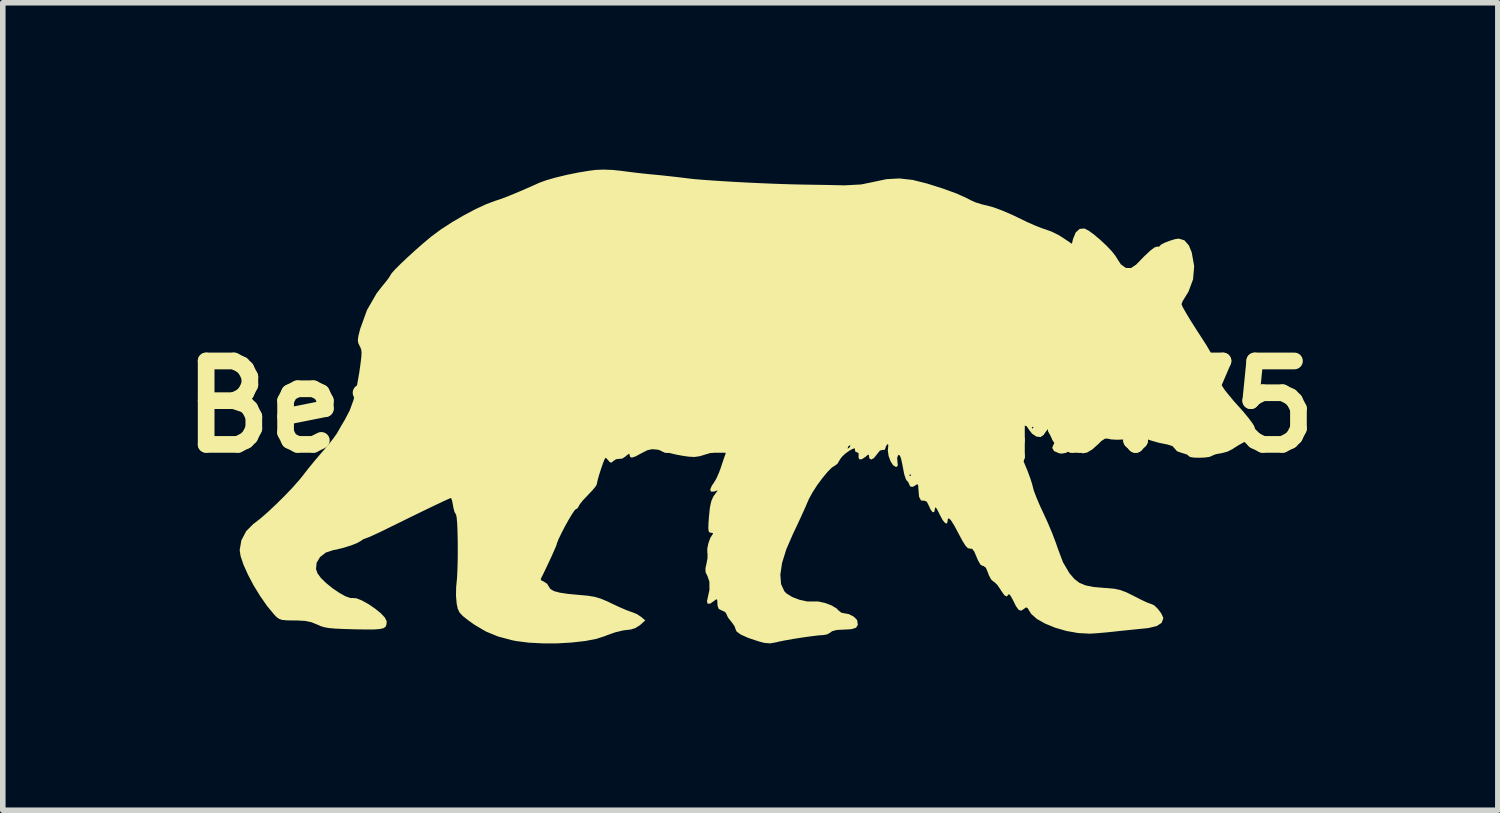
<source format=kicad_pcb>
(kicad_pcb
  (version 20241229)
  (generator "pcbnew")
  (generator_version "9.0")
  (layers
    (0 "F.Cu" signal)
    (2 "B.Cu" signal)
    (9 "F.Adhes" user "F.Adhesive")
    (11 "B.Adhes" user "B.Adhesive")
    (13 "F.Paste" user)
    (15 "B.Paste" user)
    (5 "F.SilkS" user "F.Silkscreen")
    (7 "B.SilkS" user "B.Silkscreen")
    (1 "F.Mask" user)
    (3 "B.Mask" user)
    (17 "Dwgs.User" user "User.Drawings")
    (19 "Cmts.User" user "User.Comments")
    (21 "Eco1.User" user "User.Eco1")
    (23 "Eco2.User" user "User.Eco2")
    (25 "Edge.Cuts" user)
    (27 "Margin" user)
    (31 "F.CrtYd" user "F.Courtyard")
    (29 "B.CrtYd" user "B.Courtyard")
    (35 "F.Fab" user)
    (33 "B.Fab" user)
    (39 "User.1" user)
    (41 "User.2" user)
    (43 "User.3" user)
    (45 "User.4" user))
  (footprint "BearMetalNeg0.75"
    (layer "F.Cu")
    (at 10.443 4.263)
    (property "Reference" "BearMetalNeg0.75" (at 0 0 0) (layer "F.SilkS") (effects (font (size 1.5 1.5) (thickness 0.3))))
    (attr board_only exclude_from_pos_files exclude_from_bom)
    (fp_poly (pts (xy -2.473 -4.257) (xy -2.332 -4.242) (xy -2.187 -4.223) (xy -2.007 -4.201) (xy -1.821 -4.181) (xy -1.742 -4.174) (xy -1.561 -4.156) (xy -1.371 -4.135) (xy -1.201 -4.115) (xy -1.14 -4.107) (xy -1.007 -4.092) (xy -0.82 -4.077) (xy -0.592 -4.061) (xy -0.334 -4.045) (xy -0.058 -4.03) (xy 0.223 -4.017) (xy 0.498 -4.006) (xy 0.754 -3.998) (xy 0.979 -3.993) (xy 0.986 -3.993) (xy 1.18 -3.99) (xy 1.378 -3.987) (xy 1.558 -3.983) (xy 1.692 -3.98) (xy 1.994 -3.996) (xy 2.202 -4.039) (xy 2.449 -4.091) (xy 2.682 -4.104) (xy 2.921 -4.077) (xy 3.18 -4.012) (xy 3.476 -3.918) (xy 3.716 -3.83) (xy 3.897 -3.748) (xy 3.96 -3.714) (xy 4.047 -3.675) (xy 4.168 -3.637) (xy 4.255 -3.617) (xy 4.373 -3.585) (xy 4.527 -3.528) (xy 4.7 -3.454) (xy 4.814 -3.4) (xy 4.968 -3.325) (xy 5.115 -3.26) (xy 5.237 -3.211) (xy 5.313 -3.186) (xy 5.418 -3.148) (xy 5.542 -3.087) (xy 5.616 -3.041) (xy 5.783 -2.929) (xy 5.804 -3.017) (xy 5.852 -3.133) (xy 5.923 -3.197) (xy 6.008 -3.204) (xy 6.08 -3.168) (xy 6.181 -3.095) (xy 6.294 -2.999) (xy 6.407 -2.894) (xy 6.504 -2.791) (xy 6.571 -2.705) (xy 6.585 -2.68) (xy 6.664 -2.559) (xy 6.753 -2.495) (xy 6.846 -2.493) (xy 6.937 -2.553) (xy 6.938 -2.554) (xy 7.084 -2.704) (xy 7.193 -2.806) (xy 7.268 -2.863) (xy 7.313 -2.878) (xy 7.318 -2.877) (xy 7.356 -2.878) (xy 7.36 -2.888) (xy 7.389 -2.916) (xy 7.459 -2.951) (xy 7.55 -2.986) (xy 7.641 -3.013) (xy 7.707 -3.022) (xy 7.807 -2.991) (xy 7.887 -2.899) (xy 7.938 -2.774) (xy 7.982 -2.526) (xy 7.962 -2.289) (xy 7.879 -2.067) (xy 7.817 -1.966) (xy 7.774 -1.896) (xy 7.755 -1.845) (xy 7.755 -1.844) (xy 7.773 -1.797) (xy 7.827 -1.7) (xy 7.912 -1.558) (xy 8.028 -1.375) (xy 8.106 -1.255) (xy 8.207 -1.098) (xy 8.275 -0.981) (xy 8.317 -0.893) (xy 8.339 -0.822) (xy 8.346 -0.753) (xy 8.346 -0.743) (xy 8.366 -0.607) (xy 8.428 -0.459) (xy 8.537 -0.292) (xy 8.696 -0.099) (xy 8.752 -0.037) (xy 8.861 0.085) (xy 8.957 0.201) (xy 9.029 0.297) (xy 9.061 0.349) (xy 9.089 0.432) (xy 9.077 0.498) (xy 9.017 0.558) (xy 8.902 0.626) (xy 8.892 0.631) (xy 8.787 0.689) (xy 8.691 0.749) (xy 8.672 0.763) (xy 8.578 0.81) (xy 8.469 0.838) (xy 8.461 0.839) (xy 8.371 0.855) (xy 8.308 0.88) (xy 8.302 0.885) (xy 8.255 0.904) (xy 8.17 0.915) (xy 8.071 0.919) (xy 7.976 0.916) (xy 7.908 0.905) (xy 7.886 0.889) (xy 7.857 0.863) (xy 7.786 0.839) (xy 7.767 0.835) (xy 7.674 0.802) (xy 7.633 0.755) (xy 7.592 0.709) (xy 7.496 0.679) (xy 7.466 0.674) (xy 7.342 0.648) (xy 7.202 0.608) (xy 7.141 0.587) (xy 7.02 0.549) (xy 6.94 0.544) (xy 6.908 0.555) (xy 6.832 0.576) (xy 6.719 0.59) (xy 6.594 0.595) (xy 6.486 0.589) (xy 6.431 0.576) (xy 6.379 0.575) (xy 6.313 0.618) (xy 6.261 0.67) (xy 6.153 0.767) (xy 6.056 0.825) (xy 5.977 0.84) (xy 5.928 0.81) (xy 5.915 0.754) (xy 5.909 0.706) (xy 5.886 0.696) (xy 5.833 0.725) (xy 5.766 0.775) (xy 5.677 0.831) (xy 5.599 0.845) (xy 5.552 0.838) (xy 5.462 0.799) (xy 5.429 0.741) (xy 5.457 0.671) (xy 5.459 0.669) (xy 5.499 0.587) (xy 5.49 0.488) (xy 5.461 0.416) (xy 5.429 0.355) (xy 5.403 0.347) (xy 5.364 0.387) (xy 5.362 0.389) (xy 5.306 0.462) (xy 5.274 0.509) (xy 5.219 0.547) (xy 5.145 0.538) (xy 5.068 0.487) (xy 5.02 0.426) (xy 4.987 0.378) (xy 5.06 0.378) (xy 5.077 0.394) (xy 5.093 0.378) (xy 5.077 0.361) (xy 5.06 0.378) (xy 4.987 0.378) (xy 4.969 0.352) (xy 4.925 0.337) (xy 4.881 0.383) (xy 4.844 0.452) (xy 4.811 0.532) (xy 4.796 0.605) (xy 4.803 0.685) (xy 4.833 0.787) (xy 4.889 0.926) (xy 4.926 1.012) (xy 4.986 1.156) (xy 5.036 1.291) (xy 5.07 1.399) (xy 5.078 1.434) (xy 5.1 1.514) (xy 5.146 1.635) (xy 5.208 1.781) (xy 5.274 1.922) (xy 5.354 2.097) (xy 5.432 2.283) (xy 5.497 2.455) (xy 5.532 2.558) (xy 5.623 2.798) (xy 5.736 2.991) (xy 5.744 3.001) (xy 5.828 3.099) (xy 5.918 3.168) (xy 6.029 3.214) (xy 6.174 3.243) (xy 6.369 3.26) (xy 6.408 3.262) (xy 6.543 3.274) (xy 6.653 3.297) (xy 6.764 3.339) (xy 6.903 3.408) (xy 6.911 3.412) (xy 7.032 3.474) (xy 7.133 3.521) (xy 7.199 3.546) (xy 7.212 3.549) (xy 7.265 3.574) (xy 7.329 3.637) (xy 7.388 3.715) (xy 7.423 3.787) (xy 7.426 3.809) (xy 7.397 3.888) (xy 7.309 3.945) (xy 7.161 3.981) (xy 7.098 3.988) (xy 6.966 4.001) (xy 6.799 4.018) (xy 6.623 4.036) (xy 6.555 4.044) (xy 6.399 4.06) (xy 6.251 4.073) (xy 6.136 4.081) (xy 6.095 4.082) (xy 5.894 4.071) (xy 5.686 4.034) (xy 5.484 3.976) (xy 5.303 3.902) (xy 5.154 3.818) (xy 5.052 3.728) (xy 5.027 3.69) (xy 4.988 3.624) (xy 4.958 3.609) (xy 4.921 3.637) (xy 4.872 3.669) (xy 4.827 3.655) (xy 4.778 3.589) (xy 4.729 3.49) (xy 4.687 3.411) (xy 4.655 3.373) (xy 4.643 3.376) (xy 4.613 3.414) (xy 4.57 3.393) (xy 4.513 3.312) (xy 4.499 3.289) (xy 4.443 3.207) (xy 4.389 3.154) (xy 4.372 3.145) (xy 4.33 3.107) (xy 4.289 3.029) (xy 4.277 2.994) (xy 4.237 2.898) (xy 4.193 2.865) (xy 4.185 2.866) (xy 4.14 2.843) (xy 4.092 2.759) (xy 4.07 2.706) (xy 4.027 2.605) (xy 3.989 2.557) (xy 3.949 2.552) (xy 3.914 2.546) (xy 3.872 2.504) (xy 3.817 2.417) (xy 3.747 2.286) (xy 3.665 2.133) (xy 3.606 2.041) (xy 3.568 2.006) (xy 3.55 2.028) (xy 3.549 2.054) (xy 3.537 2.101) (xy 3.504 2.094) (xy 3.457 2.037) (xy 3.403 1.935) (xy 3.401 1.93) (xy 3.355 1.839) (xy 3.329 1.808) (xy 3.321 1.832) (xy 3.308 1.894) (xy 3.278 1.898) (xy 3.24 1.847) (xy 3.215 1.79) (xy 3.174 1.709) (xy 3.131 1.691) (xy 3.126 1.692) (xy 3.07 1.687) (xy 3.035 1.621) (xy 3.024 1.497) (xy 3.019 1.417) (xy 3.004 1.393) (xy 2.984 1.406) (xy 2.924 1.442) (xy 2.875 1.436) (xy 2.859 1.399) (xy 2.837 1.35) (xy 2.823 1.341) (xy 2.797 1.304) (xy 2.773 1.232) (xy 2.859 1.232) (xy 2.875 1.249) (xy 2.892 1.232) (xy 2.875 1.216) (xy 2.859 1.232) (xy 2.773 1.232) (xy 2.77 1.224) (xy 2.758 1.166) (xy 2.73 1.019) (xy 2.709 0.927) (xy 2.69 0.88) (xy 2.671 0.868) (xy 2.659 0.873) (xy 2.641 0.917) (xy 2.646 0.989) (xy 2.653 1.059) (xy 2.627 1.084) (xy 2.619 1.084) (xy 2.569 1.055) (xy 2.522 0.982) (xy 2.487 0.887) (xy 2.473 0.791) (xy 2.477 0.75) (xy 2.482 0.685) (xy 2.464 0.674) (xy 2.464 0.674) (xy 2.435 0.721) (xy 2.432 0.745) (xy 2.41 0.78) (xy 2.383 0.777) (xy 2.331 0.79) (xy 2.278 0.856) (xy 2.223 0.925) (xy 2.173 0.951) (xy 2.141 0.93) (xy 2.136 0.899) (xy 2.131 0.862) (xy 2.106 0.872) (xy 2.076 0.899) (xy 2.006 0.945) (xy 1.958 0.947) (xy 1.945 0.904) (xy 1.948 0.887) (xy 1.946 0.833) (xy 1.916 0.821) (xy 1.881 0.8) (xy 1.884 0.775) (xy 1.879 0.75) (xy 1.839 0.76) (xy 1.778 0.794) (xy 1.71 0.843) (xy 1.65 0.899) (xy 1.611 0.951) (xy 1.609 0.956) (xy 1.568 1.025) (xy 1.526 1.058) (xy 1.468 1.094) (xy 1.388 1.174) (xy 1.296 1.285) (xy 1.202 1.412) (xy 1.118 1.543) (xy 1.052 1.664) (xy 1.036 1.701) (xy 0.984 1.822) (xy 0.912 1.98) (xy 0.832 2.153) (xy 0.767 2.289) (xy 0.647 2.566) (xy 0.571 2.811) (xy 0.54 3.02) (xy 0.553 3.191) (xy 0.612 3.319) (xy 0.649 3.358) (xy 0.753 3.423) (xy 0.888 3.474) (xy 1.025 3.503) (xy 1.128 3.503) (xy 1.225 3.504) (xy 1.344 3.53) (xy 1.46 3.574) (xy 1.551 3.628) (xy 1.587 3.666) (xy 1.639 3.706) (xy 1.676 3.713) (xy 1.773 3.731) (xy 1.862 3.777) (xy 1.918 3.834) (xy 1.922 3.845) (xy 1.934 3.925) (xy 1.901 3.976) (xy 1.818 4.002) (xy 1.693 4.009) (xy 1.553 4.016) (xy 1.469 4.039) (xy 1.446 4.058) (xy 1.384 4.095) (xy 1.316 4.107) (xy 1.229 4.113) (xy 1.097 4.129) (xy 0.939 4.151) (xy 0.773 4.177) (xy 0.621 4.204) (xy 0.5 4.229) (xy 0.463 4.238) (xy 0.357 4.257) (xy 0.251 4.248) (xy 0.16 4.224) (xy -0.034 4.16) (xy -0.171 4.099) (xy -0.247 4.043) (xy -0.263 4.007) (xy -0.284 3.948) (xy -0.336 3.874) (xy -0.345 3.864) (xy -0.4 3.794) (xy -0.427 3.737) (xy -0.427 3.731) (xy -0.455 3.691) (xy -0.509 3.667) (xy -0.569 3.637) (xy -0.59 3.576) (xy -0.591 3.543) (xy -0.595 3.475) (xy -0.612 3.463) (xy -0.652 3.494) (xy -0.723 3.543) (xy -0.769 3.543) (xy -0.779 3.497) (xy -0.774 3.475) (xy -0.735 3.295) (xy -0.736 3.147) (xy -0.77 3.047) (xy -0.804 2.979) (xy -0.807 2.907) (xy -0.789 2.827) (xy -0.77 2.727) (xy -0.769 2.643) (xy -0.773 2.627) (xy -0.774 2.554) (xy -0.754 2.456) (xy -0.719 2.36) (xy -0.679 2.297) (xy -0.674 2.292) (xy -0.672 2.273) (xy -0.703 2.268) (xy -0.733 2.263) (xy -0.749 2.24) (xy -0.755 2.187) (xy -0.752 2.091) (xy -0.744 1.98) (xy -0.727 1.815) (xy -0.702 1.7) (xy -0.667 1.62) (xy -0.653 1.599) (xy -0.585 1.505) (xy -0.654 1.527) (xy -0.709 1.528) (xy -0.721 1.489) (xy -0.69 1.417) (xy -0.657 1.371) (xy -0.611 1.294) (xy -0.561 1.181) (xy -0.53 1.096) (xy -0.493 0.983) (xy -0.461 0.89) (xy -0.444 0.846) (xy -0.448 0.802) (xy -0.507 0.789) (xy -0.619 0.805) (xy -0.781 0.852) (xy -0.791 0.855) (xy -0.909 0.891) (xy -1.005 0.905) (xy -1.11 0.899) (xy -1.208 0.885) (xy -1.329 0.863) (xy -1.427 0.84) (xy -1.48 0.823) (xy -1.543 0.801) (xy -1.639 0.779) (xy -1.669 0.773) (xy -1.768 0.765) (xy -1.853 0.784) (xy -1.953 0.835) (xy -2.064 0.895) (xy -2.132 0.917) (xy -2.163 0.901) (xy -2.169 0.871) (xy -2.179 0.846) (xy -2.216 0.87) (xy -2.237 0.89) (xy -2.301 0.933) (xy -2.354 0.939) (xy -2.414 0.945) (xy -2.456 0.973) (xy -2.501 1.008) (xy -2.532 0.994) (xy -2.548 0.973) (xy -2.588 0.929) (xy -2.605 0.92) (xy -2.622 0.949) (xy -2.651 1.022) (xy -2.685 1.121) (xy -2.719 1.227) (xy -2.745 1.321) (xy -2.759 1.385) (xy -2.76 1.395) (xy -2.782 1.435) (xy -2.84 1.505) (xy -2.921 1.59) (xy -2.924 1.594) (xy -3.006 1.68) (xy -3.065 1.753) (xy -3.089 1.797) (xy -3.089 1.798) (xy -3.115 1.836) (xy -3.134 1.84) (xy -3.162 1.867) (xy -3.21 1.939) (xy -3.271 2.041) (xy -3.336 2.158) (xy -3.397 2.276) (xy -3.447 2.38) (xy -3.477 2.455) (xy -3.483 2.48) (xy -3.496 2.515) (xy -3.53 2.593) (xy -3.578 2.7) (xy -3.633 2.818) (xy -3.688 2.934) (xy -3.734 3.03) (xy -3.766 3.092) (xy -3.77 3.099) (xy -3.756 3.127) (xy -3.717 3.144) (xy -3.653 3.186) (xy -3.629 3.226) (xy -3.597 3.277) (xy -3.533 3.316) (xy -3.427 3.345) (xy -3.272 3.368) (xy -3.097 3.384) (xy -2.93 3.399) (xy -2.804 3.419) (xy -2.694 3.451) (xy -2.575 3.5) (xy -2.489 3.542) (xy -2.358 3.603) (xy -2.24 3.654) (xy -2.153 3.687) (xy -2.132 3.693) (xy -2.042 3.729) (xy -1.967 3.778) (xy -1.889 3.844) (xy -1.982 3.927) (xy -2.067 3.982) (xy -2.154 4.009) (xy -2.162 4.009) (xy -2.282 4.023) (xy -2.431 4.059) (xy -2.579 4.111) (xy -2.612 4.125) (xy -2.768 4.176) (xy -2.973 4.215) (xy -3.213 4.242) (xy -3.472 4.257) (xy -3.734 4.257) (xy -3.986 4.244) (xy -4.211 4.215) (xy -4.286 4.2) (xy -4.537 4.133) (xy -4.751 4.045) (xy -4.955 3.926) (xy -5.073 3.842) (xy -5.171 3.764) (xy -5.229 3.702) (xy -5.261 3.634) (xy -5.281 3.54) (xy -5.281 3.537) (xy -5.293 3.4) (xy -5.29 3.247) (xy -5.284 3.187) (xy -5.274 3.076) (xy -5.267 2.929) (xy -5.262 2.759) (xy -5.261 2.578) (xy -5.262 2.398) (xy -5.266 2.232) (xy -5.272 2.092) (xy -5.281 1.99) (xy -5.292 1.939) (xy -5.295 1.936) (xy -5.32 1.893) (xy -5.341 1.81) (xy -5.346 1.779) (xy -5.362 1.695) (xy -5.379 1.647) (xy -5.385 1.643) (xy -5.423 1.658) (xy -5.52 1.702) (xy -5.674 1.775) (xy -5.884 1.876) (xy -6.15 2.006) (xy -6.47 2.163) (xy -6.523 2.189) (xy -6.664 2.258) (xy -6.785 2.314) (xy -6.872 2.352) (xy -6.914 2.367) (xy -6.914 2.367) (xy -6.962 2.385) (xy -6.996 2.41) (xy -7.067 2.451) (xy -7.18 2.496) (xy -7.315 2.538) (xy -7.449 2.571) (xy -7.497 2.579) (xy -7.634 2.624) (xy -7.737 2.704) (xy -7.799 2.807) (xy -7.81 2.92) (xy -7.784 2.996) (xy -7.722 3.081) (xy -7.626 3.174) (xy -7.511 3.267) (xy -7.39 3.349) (xy -7.279 3.411) (xy -7.19 3.442) (xy -7.152 3.441) (xy -7.083 3.446) (xy -6.983 3.486) (xy -6.866 3.551) (xy -6.749 3.631) (xy -6.645 3.715) (xy -6.571 3.794) (xy -6.54 3.857) (xy -6.539 3.86) (xy -6.543 3.916) (xy -6.558 3.957) (xy -6.595 3.983) (xy -6.662 3.999) (xy -6.768 4.007) (xy -6.922 4.007) (xy -7.118 4.004) (xy -7.321 3.998) (xy -7.471 3.991) (xy -7.581 3.981) (xy -7.663 3.966) (xy -7.73 3.945) (xy -7.79 3.918) (xy -7.893 3.876) (xy -8.006 3.853) (xy -8.152 3.845) (xy -8.202 3.845) (xy -8.335 3.843) (xy -8.42 3.835) (xy -8.477 3.815) (xy -8.525 3.778) (xy -8.563 3.738) (xy -8.689 3.586) (xy -8.813 3.408) (xy -8.931 3.216) (xy -9.033 3.023) (xy -9.114 2.843) (xy -9.166 2.689) (xy -9.183 2.579) (xy -9.152 2.403) (xy -9.066 2.239) (xy -8.937 2.109) (xy -8.921 2.098) (xy -8.815 2.016) (xy -8.679 1.898) (xy -8.527 1.755) (xy -8.372 1.602) (xy -8.228 1.451) (xy -8.107 1.314) (xy -8.041 1.232) (xy -7.948 1.112) (xy -7.832 0.97) (xy -7.715 0.833) (xy -7.69 0.805) (xy -7.646 0.754) (xy 1.75 0.754) (xy 1.754 0.756) (xy 1.784 0.733) (xy 1.791 0.723) (xy 1.799 0.692) (xy 1.795 0.69) (xy 1.765 0.713) (xy 1.758 0.723) (xy 1.75 0.754) (xy -7.646 0.754) (xy -7.591 0.689) (xy -7.502 0.576) (xy -7.437 0.485) (xy -7.422 0.46) (xy -7.36 0.35) (xy -7.293 0.238) (xy -7.289 0.23) (xy -7.204 0.068) (xy -7.136 -0.119) (xy -7.08 -0.343) (xy -7.033 -0.608) (xy -7.009 -0.777) (xy -6.995 -0.894) (xy -6.991 -0.974) (xy -6.998 -1.029) (xy -7.015 -1.072) (xy -7.025 -1.09) (xy -7.05 -1.143) (xy -7.058 -1.196) (xy -7.048 -1.271) (xy -7.019 -1.386) (xy -7.016 -1.398) (xy -6.893 -1.738) (xy -6.72 -2.038) (xy -6.622 -2.164) (xy -6.548 -2.254) (xy -6.495 -2.325) (xy -6.473 -2.362) (xy -6.473 -2.362) (xy -6.45 -2.4) (xy -6.385 -2.471) (xy -6.288 -2.568) (xy -6.167 -2.683) (xy -6.032 -2.806) (xy -5.891 -2.93) (xy -5.753 -3.046) (xy -5.728 -3.066) (xy -5.563 -3.188) (xy -5.366 -3.316) (xy -5.153 -3.44) (xy -4.94 -3.553) (xy -4.745 -3.643) (xy -4.583 -3.703) (xy -4.567 -3.708) (xy -4.468 -3.741) (xy -4.322 -3.798) (xy -4.142 -3.873) (xy -3.939 -3.961) (xy -3.795 -4.026) (xy -3.672 -4.071) (xy -3.501 -4.12) (xy -3.302 -4.168) (xy -3.092 -4.211) (xy -2.889 -4.244) (xy -2.776 -4.258) (xy -2.638 -4.263)) (stroke (width 0) (type solid)) (fill yes) (layer "F.SilkS")))
  (gr_rect
    (start -3 -3)
    (end 23.886 11.521)
    (stroke (width 0.1) (type default))
    (fill no)
    (layer "Edge.Cuts")))
</source>
